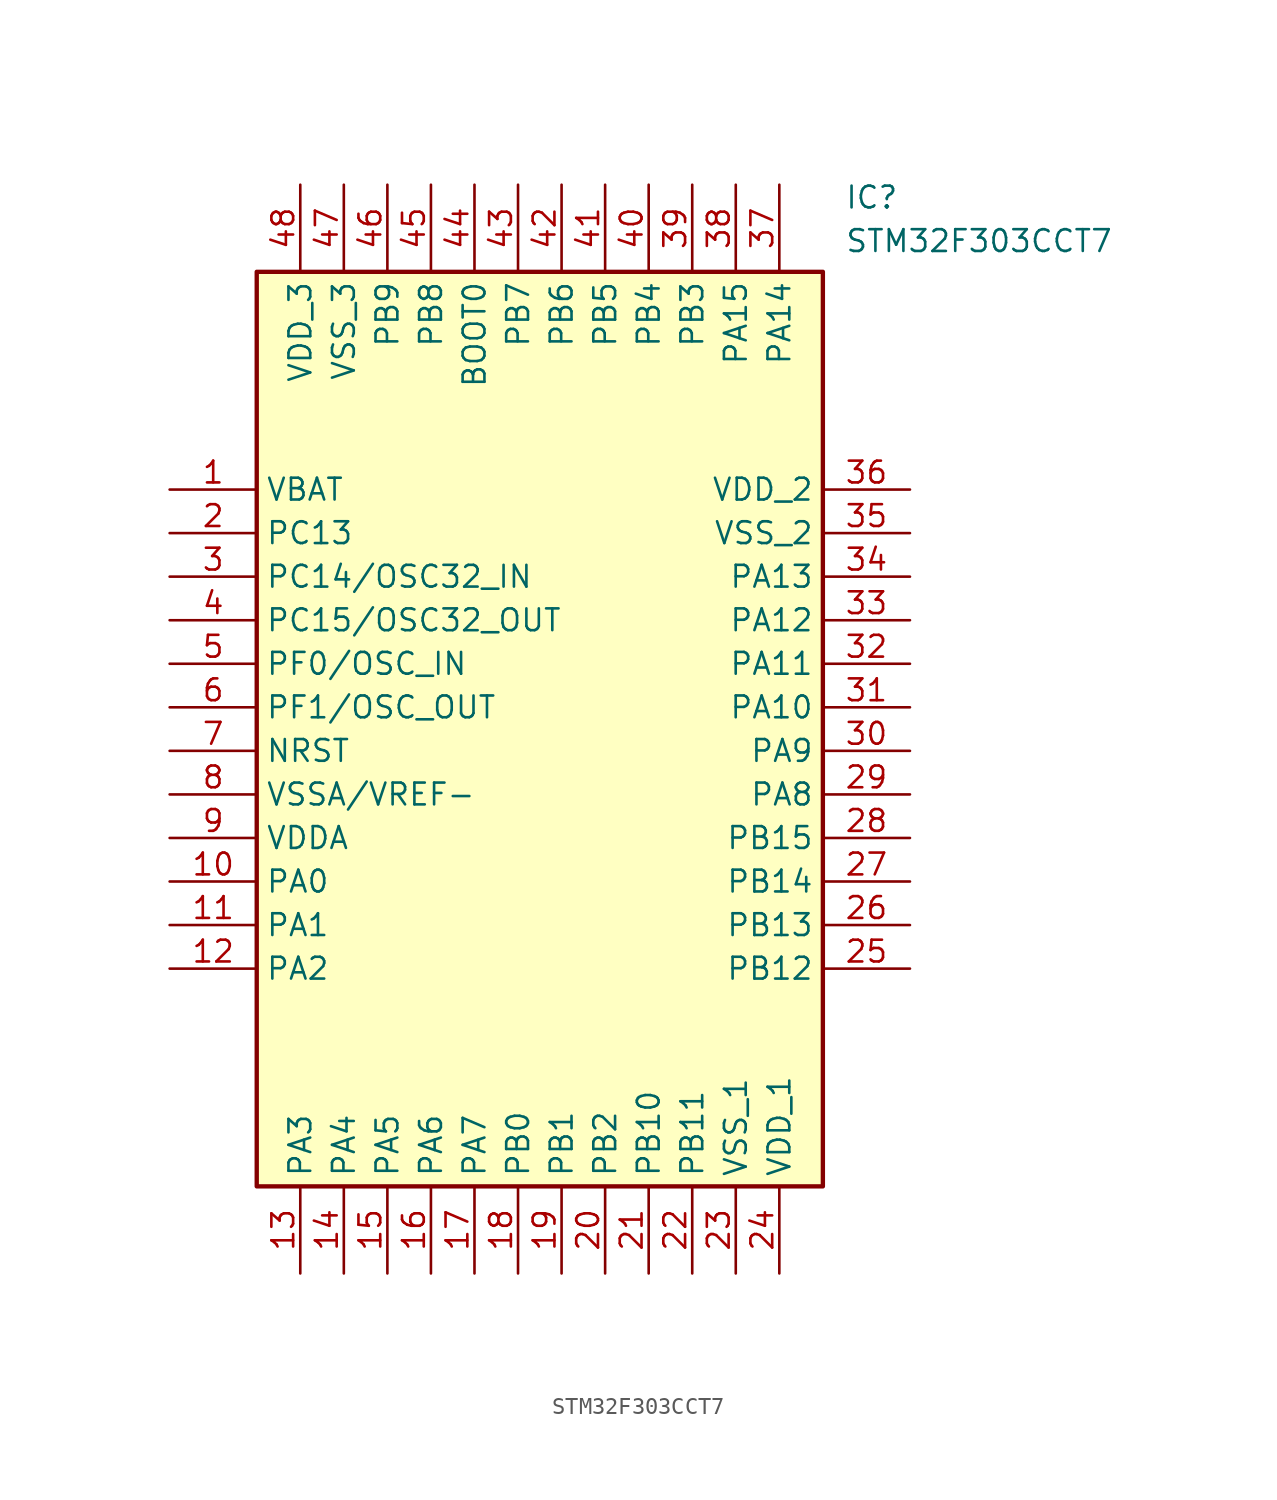
<source format=kicad_sym>
(kicad_symbol_lib
  (version 20211014)
  (generator SamacSys_ECAD_Model)
  (symbol "STM32F303CCT7"
    (property "Reference" "IC"
      (at 39.37 17.78 0)
      (effects (font (size 1.27 1.27)) (justify left top)))
    (property "Value" "STM32F303CCT7"
      (at 39.37 15.24 0)
      (effects (font (size 1.27 1.27)) (justify left top)))
    (rectangle
      (start 5.08 12.7)
      (end 38.1 -40.64)
      (stroke (width 0.254) (type default))
      (fill (type background)))
    (pin passive line
      (at 0 0 0)
      (length 5.08)
      (name "VBAT" (effects (font (size 1.27 1.27))))
      (number "1" (effects (font (size 1.27 1.27)))))
    (pin passive line
      (at 0 -2.54 0)
      (length 5.08)
      (name "PC13" (effects (font (size 1.27 1.27))))
      (number "2" (effects (font (size 1.27 1.27)))))
    (pin passive line
      (at 0 -5.08 0)
      (length 5.08)
      (name "PC14/OSC32_IN" (effects (font (size 1.27 1.27))))
      (number "3" (effects (font (size 1.27 1.27)))))
    (pin passive line
      (at 0 -7.62 0)
      (length 5.08)
      (name "PC15/OSC32_OUT" (effects (font (size 1.27 1.27))))
      (number "4" (effects (font (size 1.27 1.27)))))
    (pin passive line
      (at 0 -10.16 0)
      (length 5.08)
      (name "PF0/OSC_IN" (effects (font (size 1.27 1.27))))
      (number "5" (effects (font (size 1.27 1.27)))))
    (pin passive line
      (at 0 -12.7 0)
      (length 5.08)
      (name "PF1/OSC_OUT" (effects (font (size 1.27 1.27))))
      (number "6" (effects (font (size 1.27 1.27)))))
    (pin passive line
      (at 0 -15.24 0)
      (length 5.08)
      (name "NRST" (effects (font (size 1.27 1.27))))
      (number "7" (effects (font (size 1.27 1.27)))))
    (pin passive line
      (at 0 -17.78 0)
      (length 5.08)
      (name "VSSA/VREF-" (effects (font (size 1.27 1.27))))
      (number "8" (effects (font (size 1.27 1.27)))))
    (pin passive line
      (at 0 -20.32 0)
      (length 5.08)
      (name "VDDA" (effects (font (size 1.27 1.27))))
      (number "9" (effects (font (size 1.27 1.27)))))
    (pin passive line
      (at 0 -22.86 0)
      (length 5.08)
      (name "PA0" (effects (font (size 1.27 1.27))))
      (number "10" (effects (font (size 1.27 1.27)))))
    (pin passive line
      (at 0 -25.4 0)
      (length 5.08)
      (name "PA1" (effects (font (size 1.27 1.27))))
      (number "11" (effects (font (size 1.27 1.27)))))
    (pin passive line
      (at 0 -27.94 0)
      (length 5.08)
      (name "PA2" (effects (font (size 1.27 1.27))))
      (number "12" (effects (font (size 1.27 1.27)))))
    (pin passive line
      (at 7.62 -45.72 90)
      (length 5.08)
      (name "PA3" (effects (font (size 1.27 1.27))))
      (number "13" (effects (font (size 1.27 1.27)))))
    (pin passive line
      (at 10.16 -45.72 90)
      (length 5.08)
      (name "PA4" (effects (font (size 1.27 1.27))))
      (number "14" (effects (font (size 1.27 1.27)))))
    (pin passive line
      (at 12.7 -45.72 90)
      (length 5.08)
      (name "PA5" (effects (font (size 1.27 1.27))))
      (number "15" (effects (font (size 1.27 1.27)))))
    (pin passive line
      (at 15.24 -45.72 90)
      (length 5.08)
      (name "PA6" (effects (font (size 1.27 1.27))))
      (number "16" (effects (font (size 1.27 1.27)))))
    (pin passive line
      (at 17.78 -45.72 90)
      (length 5.08)
      (name "PA7" (effects (font (size 1.27 1.27))))
      (number "17" (effects (font (size 1.27 1.27)))))
    (pin passive line
      (at 20.32 -45.72 90)
      (length 5.08)
      (name "PB0" (effects (font (size 1.27 1.27))))
      (number "18" (effects (font (size 1.27 1.27)))))
    (pin passive line
      (at 22.86 -45.72 90)
      (length 5.08)
      (name "PB1" (effects (font (size 1.27 1.27))))
      (number "19" (effects (font (size 1.27 1.27)))))
    (pin passive line
      (at 25.4 -45.72 90)
      (length 5.08)
      (name "PB2" (effects (font (size 1.27 1.27))))
      (number "20" (effects (font (size 1.27 1.27)))))
    (pin passive line
      (at 27.94 -45.72 90)
      (length 5.08)
      (name "PB10" (effects (font (size 1.27 1.27))))
      (number "21" (effects (font (size 1.27 1.27)))))
    (pin passive line
      (at 30.48 -45.72 90)
      (length 5.08)
      (name "PB11" (effects (font (size 1.27 1.27))))
      (number "22" (effects (font (size 1.27 1.27)))))
    (pin passive line
      (at 33.02 -45.72 90)
      (length 5.08)
      (name "VSS_1" (effects (font (size 1.27 1.27))))
      (number "23" (effects (font (size 1.27 1.27)))))
    (pin passive line
      (at 35.56 -45.72 90)
      (length 5.08)
      (name "VDD_1" (effects (font (size 1.27 1.27))))
      (number "24" (effects (font (size 1.27 1.27)))))
    (pin passive line
      (at 43.18 0 180)
      (length 5.08)
      (name "VDD_2" (effects (font (size 1.27 1.27))))
      (number "36" (effects (font (size 1.27 1.27)))))
    (pin passive line
      (at 43.18 -2.54 180)
      (length 5.08)
      (name "VSS_2" (effects (font (size 1.27 1.27))))
      (number "35" (effects (font (size 1.27 1.27)))))
    (pin passive line
      (at 43.18 -5.08 180)
      (length 5.08)
      (name "PA13" (effects (font (size 1.27 1.27))))
      (number "34" (effects (font (size 1.27 1.27)))))
    (pin passive line
      (at 43.18 -7.62 180)
      (length 5.08)
      (name "PA12" (effects (font (size 1.27 1.27))))
      (number "33" (effects (font (size 1.27 1.27)))))
    (pin passive line
      (at 43.18 -10.16 180)
      (length 5.08)
      (name "PA11" (effects (font (size 1.27 1.27))))
      (number "32" (effects (font (size 1.27 1.27)))))
    (pin passive line
      (at 43.18 -12.7 180)
      (length 5.08)
      (name "PA10" (effects (font (size 1.27 1.27))))
      (number "31" (effects (font (size 1.27 1.27)))))
    (pin passive line
      (at 43.18 -15.24 180)
      (length 5.08)
      (name "PA9" (effects (font (size 1.27 1.27))))
      (number "30" (effects (font (size 1.27 1.27)))))
    (pin passive line
      (at 43.18 -17.78 180)
      (length 5.08)
      (name "PA8" (effects (font (size 1.27 1.27))))
      (number "29" (effects (font (size 1.27 1.27)))))
    (pin passive line
      (at 43.18 -20.32 180)
      (length 5.08)
      (name "PB15" (effects (font (size 1.27 1.27))))
      (number "28" (effects (font (size 1.27 1.27)))))
    (pin passive line
      (at 43.18 -22.86 180)
      (length 5.08)
      (name "PB14" (effects (font (size 1.27 1.27))))
      (number "27" (effects (font (size 1.27 1.27)))))
    (pin passive line
      (at 43.18 -25.4 180)
      (length 5.08)
      (name "PB13" (effects (font (size 1.27 1.27))))
      (number "26" (effects (font (size 1.27 1.27)))))
    (pin passive line
      (at 43.18 -27.94 180)
      (length 5.08)
      (name "PB12" (effects (font (size 1.27 1.27))))
      (number "25" (effects (font (size 1.27 1.27)))))
    (pin passive line
      (at 7.62 17.78 270)
      (length 5.08)
      (name "VDD_3" (effects (font (size 1.27 1.27))))
      (number "48" (effects (font (size 1.27 1.27)))))
    (pin passive line
      (at 10.16 17.78 270)
      (length 5.08)
      (name "VSS_3" (effects (font (size 1.27 1.27))))
      (number "47" (effects (font (size 1.27 1.27)))))
    (pin passive line
      (at 12.7 17.78 270)
      (length 5.08)
      (name "PB9" (effects (font (size 1.27 1.27))))
      (number "46" (effects (font (size 1.27 1.27)))))
    (pin passive line
      (at 15.24 17.78 270)
      (length 5.08)
      (name "PB8" (effects (font (size 1.27 1.27))))
      (number "45" (effects (font (size 1.27 1.27)))))
    (pin passive line
      (at 17.78 17.78 270)
      (length 5.08)
      (name "BOOT0" (effects (font (size 1.27 1.27))))
      (number "44" (effects (font (size 1.27 1.27)))))
    (pin passive line
      (at 20.32 17.78 270)
      (length 5.08)
      (name "PB7" (effects (font (size 1.27 1.27))))
      (number "43" (effects (font (size 1.27 1.27)))))
    (pin passive line
      (at 22.86 17.78 270)
      (length 5.08)
      (name "PB6" (effects (font (size 1.27 1.27))))
      (number "42" (effects (font (size 1.27 1.27)))))
    (pin passive line
      (at 25.4 17.78 270)
      (length 5.08)
      (name "PB5" (effects (font (size 1.27 1.27))))
      (number "41" (effects (font (size 1.27 1.27)))))
    (pin passive line
      (at 27.94 17.78 270)
      (length 5.08)
      (name "PB4" (effects (font (size 1.27 1.27))))
      (number "40" (effects (font (size 1.27 1.27)))))
    (pin passive line
      (at 30.48 17.78 270)
      (length 5.08)
      (name "PB3" (effects (font (size 1.27 1.27))))
      (number "39" (effects (font (size 1.27 1.27)))))
    (pin passive line
      (at 33.02 17.78 270)
      (length 5.08)
      (name "PA15" (effects (font (size 1.27 1.27))))
      (number "38" (effects (font (size 1.27 1.27)))))
    (pin passive line
      (at 35.56 17.78 270)
      (length 5.08)
      (name "PA14" (effects (font (size 1.27 1.27))))
      (number "37" (effects (font (size 1.27 1.27)))))))
</source>
